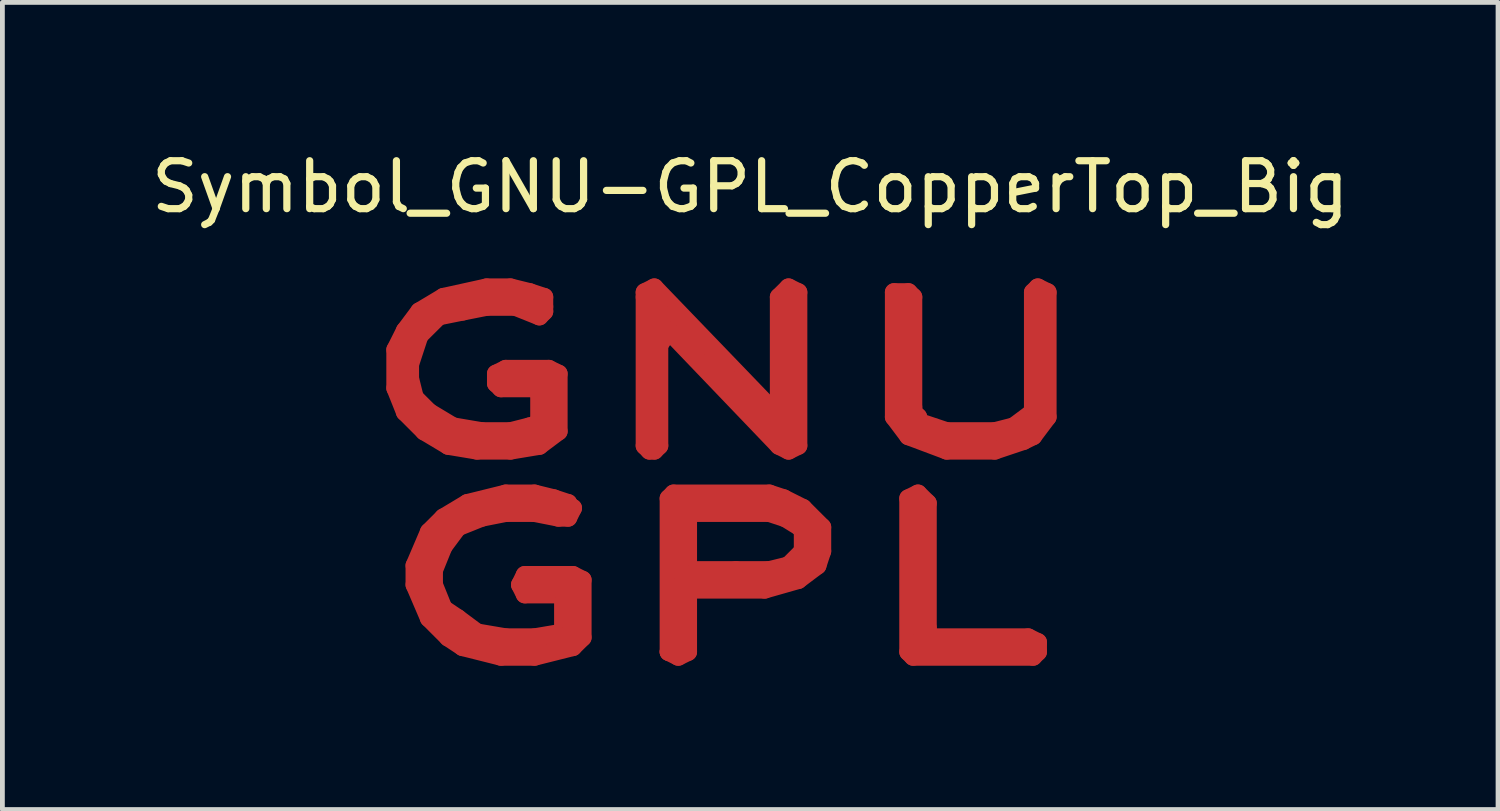
<source format=kicad_pcb>
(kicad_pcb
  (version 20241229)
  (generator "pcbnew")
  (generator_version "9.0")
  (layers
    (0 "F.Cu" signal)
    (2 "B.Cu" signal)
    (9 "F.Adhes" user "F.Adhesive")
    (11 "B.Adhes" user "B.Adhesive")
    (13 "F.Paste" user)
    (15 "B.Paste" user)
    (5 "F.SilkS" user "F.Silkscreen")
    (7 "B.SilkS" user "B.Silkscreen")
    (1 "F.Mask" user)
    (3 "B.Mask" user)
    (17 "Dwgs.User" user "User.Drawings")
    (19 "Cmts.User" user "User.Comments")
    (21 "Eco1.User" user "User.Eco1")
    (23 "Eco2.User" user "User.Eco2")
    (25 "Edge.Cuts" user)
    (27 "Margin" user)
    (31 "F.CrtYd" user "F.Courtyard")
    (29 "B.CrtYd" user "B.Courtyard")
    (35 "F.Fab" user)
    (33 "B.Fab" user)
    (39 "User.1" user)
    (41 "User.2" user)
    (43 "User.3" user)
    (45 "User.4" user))
  (footprint "Symbol_GNU-GPL_CopperTop_Big"
    (layer "F.Cu")
    (at 12.101 7.648)
    (property "Reference" "Symbol_GNU-GPL_CopperTop_Big" (at 0.5 -6.8 0) (layer "F.SilkS") (effects (font (size 1 1) (thickness 0.15))))
    (attr exclude_from_pos_files exclude_from_bom allow_missing_courtyard)
    (fp_line (start -6.901 -3.401) (end -6.901 -2.601) (stroke (width 0.381) (type solid)) (layer "F.Cu"))
    (fp_line (start -6.901 -2.601) (end -6.701 -2.101) (stroke (width 0.381) (type solid)) (layer "F.Cu"))
    (fp_line (start -6.701 -3.8) (end -6.901 -3.401) (stroke (width 0.381) (type solid)) (layer "F.Cu"))
    (fp_line (start -6.701 -3.401) (end -6.599 -2.301) (stroke (width 0.381) (type solid)) (layer "F.Cu"))
    (fp_line (start -6.701 -2.101) (end -6.299 -1.699) (stroke (width 0.381) (type solid)) (layer "F.Cu"))
    (fp_line (start -6.599 -3.099) (end -6.401 -3.701) (stroke (width 0.381) (type solid)) (layer "F.Cu"))
    (fp_line (start -6.599 -2.799) (end -6.599 -3.099) (stroke (width 0.381) (type solid)) (layer "F.Cu"))
    (fp_line (start -6.599 -2.301) (end -6.2 -1.9) (stroke (width 0.381) (type solid)) (layer "F.Cu"))
    (fp_line (start -6.5 -2.4) (end -6.599 -2.799) (stroke (width 0.381) (type solid)) (layer "F.Cu"))
    (fp_line (start -6.5 1.1) (end -6.5 1.501) (stroke (width 0.381) (type solid)) (layer "F.Cu"))
    (fp_line (start -6.5 1.501) (end -6.2 2.2) (stroke (width 0.381) (type solid)) (layer "F.Cu"))
    (fp_line (start -6.401 -4.201) (end -6.701 -3.8) (stroke (width 0.381) (type solid)) (layer "F.Cu"))
    (fp_line (start -6.401 -3.701) (end -5.999 -4.1) (stroke (width 0.381) (type solid)) (layer "F.Cu"))
    (fp_line (start -6.299 -1.699) (end -5.799 -1.4) (stroke (width 0.381) (type solid)) (layer "F.Cu"))
    (fp_line (start -6.2 -4.201) (end -6.701 -3.401) (stroke (width 0.381) (type solid)) (layer "F.Cu"))
    (fp_line (start -6.2 -2.101) (end -6.5 -2.4) (stroke (width 0.381) (type solid)) (layer "F.Cu"))
    (fp_line (start -6.2 -1.9) (end -5.199 -1.501) (stroke (width 0.381) (type solid)) (layer "F.Cu"))
    (fp_line (start -6.2 0.399) (end -6.5 1.1) (stroke (width 0.381) (type solid)) (layer "F.Cu"))
    (fp_line (start -6.2 1.001) (end -6.2 1.801) (stroke (width 0.381) (type solid)) (layer "F.Cu"))
    (fp_line (start -6.2 1.801) (end -5.7 2.4) (stroke (width 0.381) (type solid)) (layer "F.Cu"))
    (fp_line (start -6.2 2.2) (end -5.799 2.601) (stroke (width 0.381) (type solid)) (layer "F.Cu"))
    (fp_line (start -6.101 1.199) (end -5.9 0.701) (stroke (width 0.381) (type solid)) (layer "F.Cu"))
    (fp_line (start -6.101 1.501) (end -6.101 1.199) (stroke (width 0.381) (type solid)) (layer "F.Cu"))
    (fp_line (start -5.999 -4.1) (end -5.499 -4.201) (stroke (width 0.381) (type solid)) (layer "F.Cu"))
    (fp_line (start -5.9 -4.501) (end -6.401 -4.201) (stroke (width 0.381) (type solid)) (layer "F.Cu"))
    (fp_line (start -5.9 0.099) (end -6.2 0.399) (stroke (width 0.381) (type solid)) (layer "F.Cu"))
    (fp_line (start -5.9 0.701) (end -5.601 0.3) (stroke (width 0.381) (type solid)) (layer "F.Cu"))
    (fp_line (start -5.9 1.999) (end -6.101 1.501) (stroke (width 0.381) (type solid)) (layer "F.Cu"))
    (fp_line (start -5.799 -1.4) (end -5.199 -1.3) (stroke (width 0.381) (type solid)) (layer "F.Cu"))
    (fp_line (start -5.799 2.601) (end -5.499 2.799) (stroke (width 0.381) (type solid)) (layer "F.Cu"))
    (fp_line (start -5.7 -1.801) (end -6.2 -2.101) (stroke (width 0.381) (type solid)) (layer "F.Cu"))
    (fp_line (start -5.7 0.201) (end -6.2 1.001) (stroke (width 0.381) (type solid)) (layer "F.Cu"))
    (fp_line (start -5.7 2.4) (end -4.699 2.901) (stroke (width 0.381) (type solid)) (layer "F.Cu"))
    (fp_line (start -5.601 0.3) (end -5.1 0.099) (stroke (width 0.381) (type solid)) (layer "F.Cu"))
    (fp_line (start -5.601 2.2) (end -5.9 1.999) (stroke (width 0.381) (type solid)) (layer "F.Cu"))
    (fp_line (start -5.499 -4.201) (end -5.001 -4.3) (stroke (width 0.381) (type solid)) (layer "F.Cu"))
    (fp_line (start -5.499 2.799) (end -4.699 3) (stroke (width 0.381) (type solid)) (layer "F.Cu"))
    (fp_line (start -5.4 -0.201) (end -5.9 0.099) (stroke (width 0.381) (type solid)) (layer "F.Cu"))
    (fp_line (start -5.301 -4.501) (end -6.2 -4.201) (stroke (width 0.381) (type solid)) (layer "F.Cu"))
    (fp_line (start -5.199 -1.501) (end -4.201 -1.6) (stroke (width 0.381) (type solid)) (layer "F.Cu"))
    (fp_line (start -5.199 -1.3) (end -4.501 -1.3) (stroke (width 0.381) (type solid)) (layer "F.Cu"))
    (fp_line (start -5.199 2.499) (end -5.601 2.2) (stroke (width 0.381) (type solid)) (layer "F.Cu"))
    (fp_line (start -5.1 -1.699) (end -5.7 -1.801) (stroke (width 0.381) (type solid)) (layer "F.Cu"))
    (fp_line (start -5.1 0.099) (end -4.6 0) (stroke (width 0.381) (type solid)) (layer "F.Cu"))
    (fp_line (start -5.001 -4.699) (end -5.9 -4.501) (stroke (width 0.381) (type solid)) (layer "F.Cu"))
    (fp_line (start -5.001 -4.3) (end -4.399 -4.3) (stroke (width 0.381) (type solid)) (layer "F.Cu"))
    (fp_line (start -4.801 -2.901) (end -4.801 -2.7) (stroke (width 0.381) (type solid)) (layer "F.Cu"))
    (fp_line (start -4.801 -2.7) (end -4.699 -2.601) (stroke (width 0.381) (type solid)) (layer "F.Cu"))
    (fp_line (start -4.699 -2.601) (end -4 -2.601) (stroke (width 0.381) (type solid)) (layer "F.Cu"))
    (fp_line (start -4.699 -0.099) (end -5.7 0.201) (stroke (width 0.381) (type solid)) (layer "F.Cu"))
    (fp_line (start -4.699 2.901) (end -3.2 2.601) (stroke (width 0.381) (type solid)) (layer "F.Cu"))
    (fp_line (start -4.699 3) (end -4 3) (stroke (width 0.381) (type solid)) (layer "F.Cu"))
    (fp_line (start -4.6 -3) (end -4.801 -2.901) (stroke (width 0.381) (type solid)) (layer "F.Cu"))
    (fp_line (start -4.6 -0.399) (end -5.4 -0.201) (stroke (width 0.381) (type solid)) (layer "F.Cu"))
    (fp_line (start -4.6 0) (end -4 0) (stroke (width 0.381) (type solid)) (layer "F.Cu"))
    (fp_line (start -4.6 2.601) (end -5.199 2.499) (stroke (width 0.381) (type solid)) (layer "F.Cu"))
    (fp_line (start -4.501 -4.699) (end -5.001 -4.699) (stroke (width 0.381) (type solid)) (layer "F.Cu"))
    (fp_line (start -4.501 -1.699) (end -5.1 -1.699) (stroke (width 0.381) (type solid)) (layer "F.Cu"))
    (fp_line (start -4.501 -1.3) (end -3.899 -1.4) (stroke (width 0.381) (type solid)) (layer "F.Cu"))
    (fp_line (start -4.399 -4.3) (end -3.899 -4.1) (stroke (width 0.381) (type solid)) (layer "F.Cu"))
    (fp_line (start -4.3 1.501) (end -4.201 1.699) (stroke (width 0.381) (type solid)) (layer "F.Cu"))
    (fp_line (start -4.201 -4.501) (end -5.301 -4.501) (stroke (width 0.381) (type solid)) (layer "F.Cu"))
    (fp_line (start -4.201 -1.699) (end -4.1 -1.801) (stroke (width 0.381) (type solid)) (layer "F.Cu"))
    (fp_line (start -4.201 -1.6) (end -3.701 -1.801) (stroke (width 0.381) (type solid)) (layer "F.Cu"))
    (fp_line (start -4.201 1.3) (end -4.3 1.501) (stroke (width 0.381) (type solid)) (layer "F.Cu"))
    (fp_line (start -4.201 1.699) (end -3.401 1.699) (stroke (width 0.381) (type solid)) (layer "F.Cu"))
    (fp_line (start -4.1 -4.6) (end -4.501 -4.699) (stroke (width 0.381) (type solid)) (layer "F.Cu"))
    (fp_line (start -4.1 -1.801) (end -4.501 -1.699) (stroke (width 0.381) (type solid)) (layer "F.Cu"))
    (fp_line (start -4 -2.601) (end -3.899 -2.499) (stroke (width 0.381) (type solid)) (layer "F.Cu"))
    (fp_line (start -4 -0.399) (end -4.6 -0.399) (stroke (width 0.381) (type solid)) (layer "F.Cu"))
    (fp_line (start -4 0) (end -3.5 0.099) (stroke (width 0.381) (type solid)) (layer "F.Cu"))
    (fp_line (start -4 2.601) (end -4.6 2.601) (stroke (width 0.381) (type solid)) (layer "F.Cu"))
    (fp_line (start -4 3) (end -3.2 2.799) (stroke (width 0.381) (type solid)) (layer "F.Cu"))
    (fp_line (start -3.899 -4.1) (end -3.8 -4.201) (stroke (width 0.381) (type solid)) (layer "F.Cu"))
    (fp_line (start -3.899 -2.499) (end -3.899 -1.9) (stroke (width 0.381) (type solid)) (layer "F.Cu"))
    (fp_line (start -3.899 -1.9) (end -4.201 -1.699) (stroke (width 0.381) (type solid)) (layer "F.Cu"))
    (fp_line (start -3.899 -1.4) (end -3.5 -1.699) (stroke (width 0.381) (type solid)) (layer "F.Cu"))
    (fp_line (start -3.8 -4.501) (end -4.1 -4.6) (stroke (width 0.381) (type solid)) (layer "F.Cu"))
    (fp_line (start -3.8 -4.3) (end -4.201 -4.501) (stroke (width 0.381) (type solid)) (layer "F.Cu"))
    (fp_line (start -3.8 -4.201) (end -3.8 -4.501) (stroke (width 0.381) (type solid)) (layer "F.Cu"))
    (fp_line (start -3.701 -3) (end -4.6 -3) (stroke (width 0.381) (type solid)) (layer "F.Cu"))
    (fp_line (start -3.701 -2.7) (end -4.6 -2.7) (stroke (width 0.381) (type solid)) (layer "F.Cu"))
    (fp_line (start -3.701 -1.801) (end -3.701 -2.7) (stroke (width 0.381) (type solid)) (layer "F.Cu"))
    (fp_line (start -3.599 -0.3) (end -4 -0.399) (stroke (width 0.381) (type solid)) (layer "F.Cu"))
    (fp_line (start -3.5 -2.901) (end -3.701 -3) (stroke (width 0.381) (type solid)) (layer "F.Cu"))
    (fp_line (start -3.5 -1.699) (end -3.5 -2.901) (stroke (width 0.381) (type solid)) (layer "F.Cu"))
    (fp_line (start -3.5 0.099) (end -3.299 0.099) (stroke (width 0.381) (type solid)) (layer "F.Cu"))
    (fp_line (start -3.401 1.699) (end -3.401 2.499) (stroke (width 0.381) (type solid)) (layer "F.Cu"))
    (fp_line (start -3.401 2.499) (end -4 2.601) (stroke (width 0.381) (type solid)) (layer "F.Cu"))
    (fp_line (start -3.299 -0.201) (end -3.599 -0.3) (stroke (width 0.381) (type solid)) (layer "F.Cu"))
    (fp_line (start -3.299 -0.099) (end -3.299 -0.201) (stroke (width 0.381) (type solid)) (layer "F.Cu"))
    (fp_line (start -3.299 0.099) (end -3.2 -0.099) (stroke (width 0.381) (type solid)) (layer "F.Cu"))
    (fp_line (start -3.299 1.6) (end -4.201 1.501) (stroke (width 0.381) (type solid)) (layer "F.Cu"))
    (fp_line (start -3.2 -0.099) (end -4.699 -0.099) (stroke (width 0.381) (type solid)) (layer "F.Cu"))
    (fp_line (start -3.2 1.3) (end -4.201 1.3) (stroke (width 0.381) (type solid)) (layer "F.Cu"))
    (fp_line (start -3.2 2.601) (end -3.299 1.6) (stroke (width 0.381) (type solid)) (layer "F.Cu"))
    (fp_line (start -3.2 2.799) (end -3 2.601) (stroke (width 0.381) (type solid)) (layer "F.Cu"))
    (fp_line (start -3 1.4) (end -3.2 1.3) (stroke (width 0.381) (type solid)) (layer "F.Cu"))
    (fp_line (start -3 2.601) (end -3 1.4) (stroke (width 0.381) (type solid)) (layer "F.Cu"))
    (fp_line (start -1.699 -4.6) (end -1.501 -4.699) (stroke (width 0.381) (type solid)) (layer "F.Cu"))
    (fp_line (start -1.699 -4.501) (end -1.699 -4.6) (stroke (width 0.381) (type solid)) (layer "F.Cu"))
    (fp_line (start -1.699 -1.4) (end -1.699 -4.501) (stroke (width 0.381) (type solid)) (layer "F.Cu"))
    (fp_line (start -1.6 -1.4) (end -1.6 -1.3) (stroke (width 0.381) (type solid)) (layer "F.Cu"))
    (fp_line (start -1.6 -1.3) (end -1.699 -1.4) (stroke (width 0.381) (type solid)) (layer "F.Cu"))
    (fp_line (start -1.501 -4.699) (end 1.001 -2.101) (stroke (width 0.381) (type solid)) (layer "F.Cu"))
    (fp_line (start -1.501 -4.3) (end 1.3 -1.6) (stroke (width 0.381) (type solid)) (layer "F.Cu"))
    (fp_line (start -1.501 -1.3) (end -1.501 -4.3) (stroke (width 0.381) (type solid)) (layer "F.Cu"))
    (fp_line (start -1.4 -3.5) (end -1.4 -1.4) (stroke (width 0.381) (type solid)) (layer "F.Cu"))
    (fp_line (start -1.4 -1.4) (end -1.501 -1.3) (stroke (width 0.381) (type solid)) (layer "F.Cu"))
    (fp_line (start -1.199 -3.8) (end -1.4 -3.5) (stroke (width 0.381) (type solid)) (layer "F.Cu"))
    (fp_line (start -1.199 -0.3) (end -1.1 -0.399) (stroke (width 0.381) (type solid)) (layer "F.Cu"))
    (fp_line (start -1.199 2.901) (end -1.199 -0.3) (stroke (width 0.381) (type solid)) (layer "F.Cu"))
    (fp_line (start -1.199 2.901) (end -1.001 2.7) (stroke (width 0.381) (type solid)) (layer "F.Cu"))
    (fp_line (start -1.1 -0.399) (end 0.899 -0.399) (stroke (width 0.381) (type solid)) (layer "F.Cu"))
    (fp_line (start -1.001 -0.099) (end 0.899 -0.099) (stroke (width 0.381) (type solid)) (layer "F.Cu"))
    (fp_line (start -1.001 2.7) (end -1.001 -0.099) (stroke (width 0.381) (type solid)) (layer "F.Cu"))
    (fp_line (start -1.001 3) (end -1.199 2.901) (stroke (width 0.381) (type solid)) (layer "F.Cu"))
    (fp_line (start -0.899 1.199) (end -0.8 1.199) (stroke (width 0.381) (type solid)) (layer "F.Cu"))
    (fp_line (start -0.899 1.3) (end 0.899 1.4) (stroke (width 0.381) (type solid)) (layer "F.Cu"))
    (fp_line (start -0.899 1.699) (end -0.8 1.699) (stroke (width 0.381) (type solid)) (layer "F.Cu"))
    (fp_line (start -0.8 0) (end 0.899 0) (stroke (width 0.381) (type solid)) (layer "F.Cu"))
    (fp_line (start -0.8 1.199) (end -0.8 0) (stroke (width 0.381) (type solid)) (layer "F.Cu"))
    (fp_line (start -0.8 1.699) (end -0.8 2.901) (stroke (width 0.381) (type solid)) (layer "F.Cu"))
    (fp_line (start -0.8 2.901) (end -1.001 3) (stroke (width 0.381) (type solid)) (layer "F.Cu"))
    (fp_line (start -0.701 1.6) (end -0.899 1.699) (stroke (width 0.381) (type solid)) (layer "F.Cu"))
    (fp_line (start 0.201 1.199) (end -0.701 1.199) (stroke (width 0.381) (type solid)) (layer "F.Cu"))
    (fp_line (start 0.8 1.6) (end -0.701 1.6) (stroke (width 0.381) (type solid)) (layer "F.Cu"))
    (fp_line (start 0.899 -0.399) (end 1.199 -0.3) (stroke (width 0.381) (type solid)) (layer "F.Cu"))
    (fp_line (start 0.899 -0.099) (end 1.699 0.399) (stroke (width 0.381) (type solid)) (layer "F.Cu"))
    (fp_line (start 0.899 0) (end 1.501 0.201) (stroke (width 0.381) (type solid)) (layer "F.Cu"))
    (fp_line (start 0.899 1.199) (end 0.201 1.199) (stroke (width 0.381) (type solid)) (layer "F.Cu"))
    (fp_line (start 0.899 1.4) (end -0.899 1.199) (stroke (width 0.381) (type solid)) (layer "F.Cu"))
    (fp_line (start 1.001 -2.101) (end 1.1 -2.4) (stroke (width 0.381) (type solid)) (layer "F.Cu"))
    (fp_line (start 1.1 -4.501) (end 1.3 -4.699) (stroke (width 0.381) (type solid)) (layer "F.Cu"))
    (fp_line (start 1.1 -2.4) (end 1.1 -4.501) (stroke (width 0.381) (type solid)) (layer "F.Cu"))
    (fp_line (start 1.1 -1.4) (end -1.199 -3.8) (stroke (width 0.381) (type solid)) (layer "F.Cu"))
    (fp_line (start 1.1 1.199) (end -0.899 1.3) (stroke (width 0.381) (type solid)) (layer "F.Cu"))
    (fp_line (start 1.199 -0.3) (end 1.6 -0.099) (stroke (width 0.381) (type solid)) (layer "F.Cu"))
    (fp_line (start 1.3 -4.699) (end 1.501 -4.6) (stroke (width 0.381) (type solid)) (layer "F.Cu"))
    (fp_line (start 1.3 -1.6) (end 1.3 -4.399) (stroke (width 0.381) (type solid)) (layer "F.Cu"))
    (fp_line (start 1.3 -1.3) (end 1.1 -1.4) (stroke (width 0.381) (type solid)) (layer "F.Cu"))
    (fp_line (start 1.3 1.1) (end 0.899 1.199) (stroke (width 0.381) (type solid)) (layer "F.Cu"))
    (fp_line (start 1.501 -4.6) (end 1.501 -1.4) (stroke (width 0.381) (type solid)) (layer "F.Cu"))
    (fp_line (start 1.501 -1.4) (end 1.3 -1.3) (stroke (width 0.381) (type solid)) (layer "F.Cu"))
    (fp_line (start 1.501 0.201) (end 1.6 0.399) (stroke (width 0.381) (type solid)) (layer "F.Cu"))
    (fp_line (start 1.501 1.4) (end 0.8 1.6) (stroke (width 0.381) (type solid)) (layer "F.Cu"))
    (fp_line (start 1.6 -0.099) (end 1.999 0.3) (stroke (width 0.381) (type solid)) (layer "F.Cu"))
    (fp_line (start 1.6 0.399) (end 1.6 0.8) (stroke (width 0.381) (type solid)) (layer "F.Cu"))
    (fp_line (start 1.6 0.8) (end 1.3 1.1) (stroke (width 0.381) (type solid)) (layer "F.Cu"))
    (fp_line (start 1.699 0.399) (end 1.699 0.899) (stroke (width 0.381) (type solid)) (layer "F.Cu"))
    (fp_line (start 1.699 0.899) (end 1.1 1.199) (stroke (width 0.381) (type solid)) (layer "F.Cu"))
    (fp_line (start 1.9 1.1) (end 1.501 1.4) (stroke (width 0.381) (type solid)) (layer "F.Cu"))
    (fp_line (start 1.999 0.3) (end 1.999 0.8) (stroke (width 0.381) (type solid)) (layer "F.Cu"))
    (fp_line (start 1.999 0.8) (end 1.9 1.1) (stroke (width 0.381) (type solid)) (layer "F.Cu"))
    (fp_line (start 3.5 -4.6) (end 3.5 -1.999) (stroke (width 0.381) (type solid)) (layer "F.Cu"))
    (fp_line (start 3.5 -1.999) (end 3.8 -1.6) (stroke (width 0.381) (type solid)) (layer "F.Cu"))
    (fp_line (start 3.701 -4.501) (end 3.701 -1.9) (stroke (width 0.381) (type solid)) (layer "F.Cu"))
    (fp_line (start 3.701 -1.9) (end 4.6 -1.501) (stroke (width 0.381) (type solid)) (layer "F.Cu"))
    (fp_line (start 3.8 -4.6) (end 3.5 -4.6) (stroke (width 0.381) (type solid)) (layer "F.Cu"))
    (fp_line (start 3.8 -2.2) (end 3.899 -2.2) (stroke (width 0.381) (type solid)) (layer "F.Cu"))
    (fp_line (start 3.8 -1.6) (end 4.6 -1.3) (stroke (width 0.381) (type solid)) (layer "F.Cu"))
    (fp_line (start 3.8 -0.3) (end 3.8 2.901) (stroke (width 0.381) (type solid)) (layer "F.Cu"))
    (fp_line (start 3.8 2.901) (end 3.899 3) (stroke (width 0.381) (type solid)) (layer "F.Cu"))
    (fp_line (start 3.899 -4.501) (end 3.8 -4.6) (stroke (width 0.381) (type solid)) (layer "F.Cu"))
    (fp_line (start 3.899 -2.2) (end 3.899 -4.501) (stroke (width 0.381) (type solid)) (layer "F.Cu"))
    (fp_line (start 3.899 3) (end 6.401 3) (stroke (width 0.381) (type solid)) (layer "F.Cu"))
    (fp_line (start 4 -1.999) (end 3.8 -2.2) (stroke (width 0.381) (type solid)) (layer "F.Cu"))
    (fp_line (start 4 -1.9) (end 4 -1.999) (stroke (width 0.381) (type solid)) (layer "F.Cu"))
    (fp_line (start 4 -0.399) (end 3.8 -0.3) (stroke (width 0.381) (type solid)) (layer "F.Cu"))
    (fp_line (start 4 -0.201) (end 4 2.7) (stroke (width 0.381) (type solid)) (layer "F.Cu"))
    (fp_line (start 4 2.7) (end 6.401 2.799) (stroke (width 0.381) (type solid)) (layer "F.Cu"))
    (fp_line (start 4.1 2.601) (end 4.201 2.4) (stroke (width 0.381) (type solid)) (layer "F.Cu"))
    (fp_line (start 4.201 -0.201) (end 4 -0.399) (stroke (width 0.381) (type solid)) (layer "F.Cu"))
    (fp_line (start 4.201 2.4) (end 4.201 -0.201) (stroke (width 0.381) (type solid)) (layer "F.Cu"))
    (fp_line (start 4.6 -1.699) (end 4 -1.9) (stroke (width 0.381) (type solid)) (layer "F.Cu"))
    (fp_line (start 4.6 -1.501) (end 5.601 -1.501) (stroke (width 0.381) (type solid)) (layer "F.Cu"))
    (fp_line (start 4.6 -1.3) (end 5.601 -1.3) (stroke (width 0.381) (type solid)) (layer "F.Cu"))
    (fp_line (start 5.601 -1.699) (end 4.6 -1.699) (stroke (width 0.381) (type solid)) (layer "F.Cu"))
    (fp_line (start 5.601 -1.501) (end 6.299 -1.801) (stroke (width 0.381) (type solid)) (layer "F.Cu"))
    (fp_line (start 5.601 -1.3) (end 6.2 -1.501) (stroke (width 0.381) (type solid)) (layer "F.Cu"))
    (fp_line (start 5.999 -1.801) (end 5.601 -1.699) (stroke (width 0.381) (type solid)) (layer "F.Cu"))
    (fp_line (start 6.2 -1.501) (end 6.401 -1.6) (stroke (width 0.381) (type solid)) (layer "F.Cu"))
    (fp_line (start 6.299 -1.801) (end 6.5 -2.301) (stroke (width 0.381) (type solid)) (layer "F.Cu"))
    (fp_line (start 6.299 2.601) (end 4.1 2.601) (stroke (width 0.381) (type solid)) (layer "F.Cu"))
    (fp_line (start 6.401 -4.6) (end 6.401 -2.101) (stroke (width 0.381) (type solid)) (layer "F.Cu"))
    (fp_line (start 6.401 -2.101) (end 5.999 -1.801) (stroke (width 0.381) (type solid)) (layer "F.Cu"))
    (fp_line (start 6.401 -1.6) (end 6.701 -1.999) (stroke (width 0.381) (type solid)) (layer "F.Cu"))
    (fp_line (start 6.401 3) (end 6.5 2.901) (stroke (width 0.381) (type solid)) (layer "F.Cu"))
    (fp_line (start 6.5 -4.699) (end 6.401 -4.6) (stroke (width 0.381) (type solid)) (layer "F.Cu"))
    (fp_line (start 6.5 -2.301) (end 6.5 -4.6) (stroke (width 0.381) (type solid)) (layer "F.Cu"))
    (fp_line (start 6.5 2.7) (end 6.299 2.601) (stroke (width 0.381) (type solid)) (layer "F.Cu"))
    (fp_line (start 6.5 2.901) (end 6.5 2.7) (stroke (width 0.381) (type solid)) (layer "F.Cu"))
    (fp_line (start 6.701 -4.6) (end 6.5 -4.699) (stroke (width 0.381) (type solid)) (layer "F.Cu"))
    (fp_line (start 6.701 -1.999) (end 6.701 -4.6) (stroke (width 0.381) (type solid)) (layer "F.Cu")))
  (gr_rect
    (start -3 -3)
    (end 28.202 13.838)
    (stroke (width 0.1) (type default))
    (fill no)
    (layer "Edge.Cuts")))
</source>
